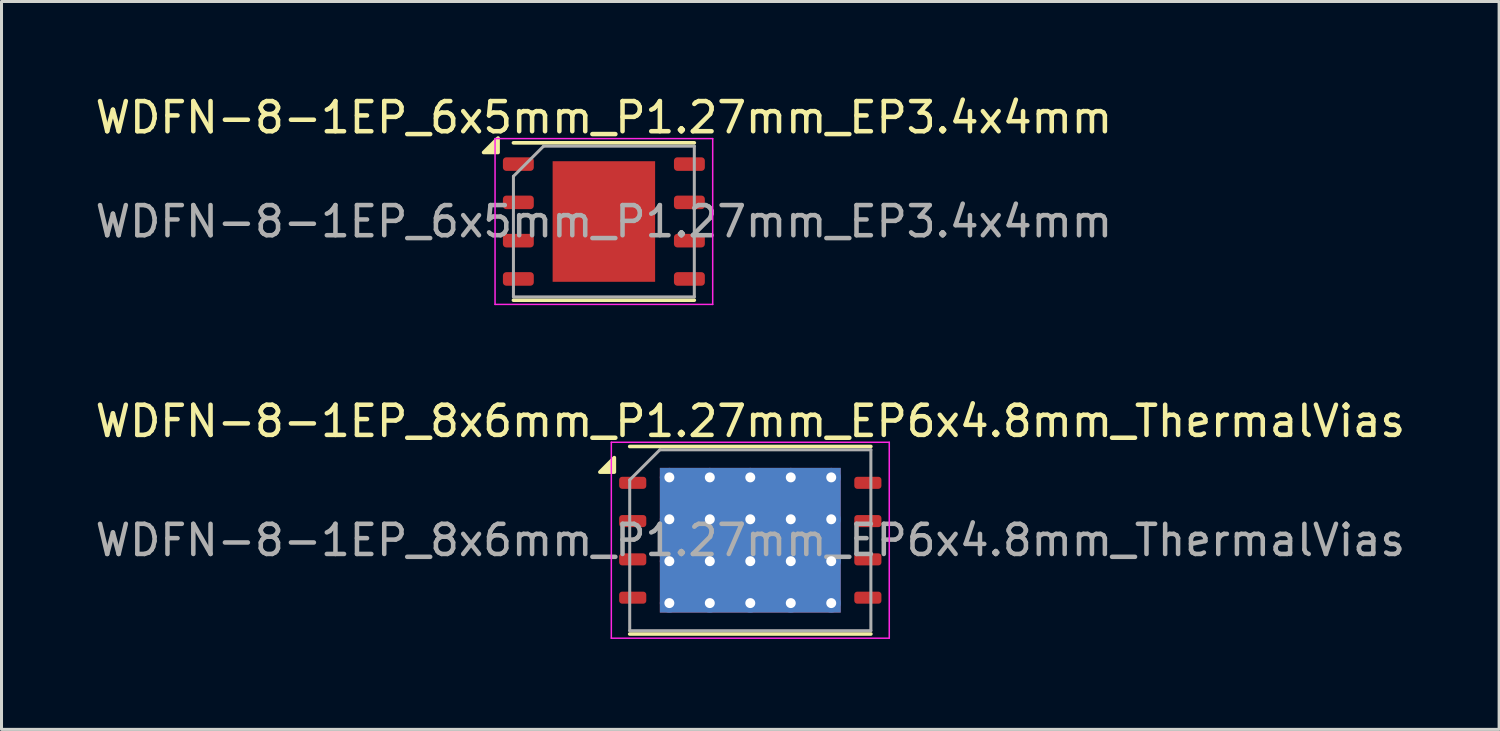
<source format=kicad_pcb>
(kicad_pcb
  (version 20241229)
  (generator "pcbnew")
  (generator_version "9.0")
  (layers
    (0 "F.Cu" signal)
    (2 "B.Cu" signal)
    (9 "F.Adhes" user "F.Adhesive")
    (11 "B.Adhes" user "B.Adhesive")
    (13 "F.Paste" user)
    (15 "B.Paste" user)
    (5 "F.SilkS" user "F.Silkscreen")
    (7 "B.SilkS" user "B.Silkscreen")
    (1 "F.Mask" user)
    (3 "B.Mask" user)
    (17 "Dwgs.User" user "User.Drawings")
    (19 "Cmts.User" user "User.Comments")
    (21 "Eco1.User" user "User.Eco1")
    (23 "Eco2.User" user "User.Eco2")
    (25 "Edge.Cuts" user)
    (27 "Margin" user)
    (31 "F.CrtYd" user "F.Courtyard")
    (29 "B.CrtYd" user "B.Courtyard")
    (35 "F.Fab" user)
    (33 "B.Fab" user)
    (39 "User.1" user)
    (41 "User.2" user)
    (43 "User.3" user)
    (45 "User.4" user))
  (footprint "WDFN-8-1EP_8x6mm_P1.27mm_EP6x4.8mm_ThermalVias"
    (layer "F.Cu")
    (at 21.839 14.871)
    (property "Reference" "WDFN-8-1EP_8x6mm_P1.27mm_EP6x4.8mm_ThermalVias" (at 0 -3.95 0) (layer "F.SilkS") (effects (font (size 1 1) (thickness 0.15))))
    (attr smd)
    (fp_line (start -4 -3.11) (end 4 -3.11) (stroke (width 0.12) (type solid)) (layer "F.SilkS"))
    (fp_line (start -4 3.11) (end 4 3.11) (stroke (width 0.12) (type solid)) (layer "F.SilkS"))
    (fp_poly (pts (xy -4.51 -2.26) (xy -4.99 -2.26) (xy -4.51 -2.74) (xy -4.51 -2.26)) (stroke (width 0.12) (type solid)) (fill yes) (layer "F.SilkS"))
    (fp_line (start -4.61 -3.25) (end -4.61 3.25) (stroke (width 0.05) (type solid)) (layer "F.CrtYd"))
    (fp_line (start -4.61 3.25) (end 4.61 3.25) (stroke (width 0.05) (type solid)) (layer "F.CrtYd"))
    (fp_line (start 4.61 -3.25) (end -4.61 -3.25) (stroke (width 0.05) (type solid)) (layer "F.CrtYd"))
    (fp_line (start 4.61 3.25) (end 4.61 -3.25) (stroke (width 0.05) (type solid)) (layer "F.CrtYd"))
    (fp_line (start -4 -2) (end -3 -3) (stroke (width 0.1) (type solid)) (layer "F.Fab"))
    (fp_line (start -4 3) (end -4 -2) (stroke (width 0.1) (type solid)) (layer "F.Fab"))
    (fp_line (start -3 -3) (end 4 -3) (stroke (width 0.1) (type solid)) (layer "F.Fab"))
    (fp_line (start 4 -3) (end 4 3) (stroke (width 0.1) (type solid)) (layer "F.Fab"))
    (fp_line (start 4 3) (end -4 3) (stroke (width 0.1) (type solid)) (layer "F.Fab"))
    (fp_text user "${REFERENCE}" (at 0 0 0) (layer "F.Fab") (effects (font (size 1 1) (thickness 0.15))))
    (pad "" smd custom (at -2.014 -1.39) (size 1.027 1.027) (layers "F.Paste") (options (anchor circle)) (primitives (gr_poly (pts (xy -0.422 -0.311) (xy -0.271 -0.462) (xy 0.271 -0.462) (xy 0.422 -0.311) (xy 0.422 0.311) (xy 0.271 0.462) (xy -0.271 0.462) (xy -0.422 0.311)) (width 0.365) (fill yes))))
    (pad "" smd custom (at -2.014 0) (size 1.027 1.027) (layers "F.Paste") (options (anchor circle)) (primitives (gr_poly (pts (xy -0.422 -0.311) (xy -0.271 -0.462) (xy 0.271 -0.462) (xy 0.422 -0.311) (xy 0.422 0.311) (xy 0.271 0.462) (xy -0.271 0.462) (xy -0.422 0.311)) (width 0.365) (fill yes))))
    (pad "" smd custom (at -2.014 1.39) (size 1.027 1.027) (layers "F.Paste") (options (anchor circle)) (primitives (gr_poly (pts (xy -0.422 -0.311) (xy -0.271 -0.462) (xy 0.271 -0.462) (xy 0.422 -0.311) (xy 0.422 0.311) (xy 0.271 0.462) (xy -0.271 0.462) (xy -0.422 0.311)) (width 0.365) (fill yes))))
    (pad "" smd custom (at -0.671 -1.39) (size 1.027 1.027) (layers "F.Paste") (options (anchor circle)) (primitives (gr_poly (pts (xy -0.422 -0.311) (xy -0.271 -0.462) (xy 0.271 -0.462) (xy 0.422 -0.311) (xy 0.422 0.311) (xy 0.271 0.462) (xy -0.271 0.462) (xy -0.422 0.311)) (width 0.365) (fill yes))))
    (pad "" smd custom (at -0.671 0) (size 1.027 1.027) (layers "F.Paste") (options (anchor circle)) (primitives (gr_poly (pts (xy -0.422 -0.311) (xy -0.271 -0.462) (xy 0.271 -0.462) (xy 0.422 -0.311) (xy 0.422 0.311) (xy 0.271 0.462) (xy -0.271 0.462) (xy -0.422 0.311)) (width 0.365) (fill yes))))
    (pad "" smd custom (at -0.671 1.39) (size 1.027 1.027) (layers "F.Paste") (options (anchor circle)) (primitives (gr_poly (pts (xy -0.422 -0.311) (xy -0.271 -0.462) (xy 0.271 -0.462) (xy 0.422 -0.311) (xy 0.422 0.311) (xy 0.271 0.462) (xy -0.271 0.462) (xy -0.422 0.311)) (width 0.365) (fill yes))))
    (pad "" smd custom (at 0.671 -1.39) (size 1.027 1.027) (layers "F.Paste") (options (anchor circle)) (primitives (gr_poly (pts (xy -0.422 -0.311) (xy -0.271 -0.462) (xy 0.271 -0.462) (xy 0.422 -0.311) (xy 0.422 0.311) (xy 0.271 0.462) (xy -0.271 0.462) (xy -0.422 0.311)) (width 0.365) (fill yes))))
    (pad "" smd custom (at 0.671 0) (size 1.027 1.027) (layers "F.Paste") (options (anchor circle)) (primitives (gr_poly (pts (xy -0.422 -0.311) (xy -0.271 -0.462) (xy 0.271 -0.462) (xy 0.422 -0.311) (xy 0.422 0.311) (xy 0.271 0.462) (xy -0.271 0.462) (xy -0.422 0.311)) (width 0.365) (fill yes))))
    (pad "" smd custom (at 0.671 1.39) (size 1.027 1.027) (layers "F.Paste") (options (anchor circle)) (primitives (gr_poly (pts (xy -0.422 -0.311) (xy -0.271 -0.462) (xy 0.271 -0.462) (xy 0.422 -0.311) (xy 0.422 0.311) (xy 0.271 0.462) (xy -0.271 0.462) (xy -0.422 0.311)) (width 0.365) (fill yes))))
    (pad "" smd custom (at 2.014 -1.39) (size 1.027 1.027) (layers "F.Paste") (options (anchor circle)) (primitives (gr_poly (pts (xy -0.422 -0.311) (xy -0.271 -0.462) (xy 0.271 -0.462) (xy 0.422 -0.311) (xy 0.422 0.311) (xy 0.271 0.462) (xy -0.271 0.462) (xy -0.422 0.311)) (width 0.365) (fill yes))))
    (pad "" smd custom (at 2.014 0) (size 1.027 1.027) (layers "F.Paste") (options (anchor circle)) (primitives (gr_poly (pts (xy -0.422 -0.311) (xy -0.271 -0.462) (xy 0.271 -0.462) (xy 0.422 -0.311) (xy 0.422 0.311) (xy 0.271 0.462) (xy -0.271 0.462) (xy -0.422 0.311)) (width 0.365) (fill yes))))
    (pad "" smd custom (at 2.014 1.39) (size 1.027 1.027) (layers "F.Paste") (options (anchor circle)) (primitives (gr_poly (pts (xy -0.422 -0.311) (xy -0.271 -0.462) (xy 0.271 -0.462) (xy 0.422 -0.311) (xy 0.422 0.311) (xy 0.271 0.462) (xy -0.271 0.462) (xy -0.422 0.311)) (width 0.365) (fill yes))))
    (pad "1" smd roundrect (at -3.9 -1.905) (size 0.9 0.4) (layers "F.Cu" "F.Mask" "F.Paste") (roundrect_rratio 0.25))
    (pad "2" smd roundrect (at -3.9 -0.635) (size 0.9 0.4) (layers "F.Cu" "F.Mask" "F.Paste") (roundrect_rratio 0.25))
    (pad "3" smd roundrect (at -3.9 0.635) (size 0.9 0.4) (layers "F.Cu" "F.Mask" "F.Paste") (roundrect_rratio 0.25))
    (pad "4" smd roundrect (at -3.9 1.905) (size 0.9 0.4) (layers "F.Cu" "F.Mask" "F.Paste") (roundrect_rratio 0.25))
    (pad "5" smd roundrect (at 3.9 1.905) (size 0.9 0.4) (layers "F.Cu" "F.Mask" "F.Paste") (roundrect_rratio 0.25))
    (pad "6" smd roundrect (at 3.9 0.635) (size 0.9 0.4) (layers "F.Cu" "F.Mask" "F.Paste") (roundrect_rratio 0.25))
    (pad "7" smd roundrect (at 3.9 -0.635) (size 0.9 0.4) (layers "F.Cu" "F.Mask" "F.Paste") (roundrect_rratio 0.25))
    (pad "8" smd roundrect (at 3.9 -1.905) (size 0.9 0.4) (layers "F.Cu" "F.Mask" "F.Paste") (roundrect_rratio 0.25))
    (pad "9" thru_hole circle (at -2.685 -2.085) (size 0.63 0.63) (drill 0.33) (property pad_prop_heatsink) (layers "*.Cu"))
    (pad "9" thru_hole circle (at -2.685 -0.695) (size 0.63 0.63) (drill 0.33) (property pad_prop_heatsink) (layers "*.Cu"))
    (pad "9" thru_hole circle (at -2.685 0.695) (size 0.63 0.63) (drill 0.33) (property pad_prop_heatsink) (layers "*.Cu"))
    (pad "9" thru_hole circle (at -2.685 2.085) (size 0.63 0.63) (drill 0.33) (property pad_prop_heatsink) (layers "*.Cu"))
    (pad "9" thru_hole circle (at -1.343 -2.085) (size 0.63 0.63) (drill 0.33) (property pad_prop_heatsink) (layers "*.Cu"))
    (pad "9" thru_hole circle (at -1.343 -0.695) (size 0.63 0.63) (drill 0.33) (property pad_prop_heatsink) (layers "*.Cu"))
    (pad "9" thru_hole circle (at -1.343 0.695) (size 0.63 0.63) (drill 0.33) (property pad_prop_heatsink) (layers "*.Cu"))
    (pad "9" thru_hole circle (at -1.343 2.085) (size 0.63 0.63) (drill 0.33) (property pad_prop_heatsink) (layers "*.Cu"))
    (pad "9" thru_hole circle (at 0 -2.085) (size 0.63 0.63) (drill 0.33) (property pad_prop_heatsink) (layers "*.Cu"))
    (pad "9" thru_hole circle (at 0 -0.695) (size 0.63 0.63) (drill 0.33) (property pad_prop_heatsink) (layers "*.Cu"))
    (pad "9" smd rect (at 0 0) (size 6 4.8) (property pad_prop_heatsink) (layers "F.Cu" "F.Mask"))
    (pad "9" smd rect (at 0 0) (size 6 4.8) (property pad_prop_heatsink) (layers "B.Cu"))
    (pad "9" thru_hole circle (at 0 0.695) (size 0.63 0.63) (drill 0.33) (property pad_prop_heatsink) (layers "*.Cu"))
    (pad "9" thru_hole circle (at 0 2.085) (size 0.63 0.63) (drill 0.33) (property pad_prop_heatsink) (layers "*.Cu"))
    (pad "9" thru_hole circle (at 1.343 -2.085) (size 0.63 0.63) (drill 0.33) (property pad_prop_heatsink) (layers "*.Cu"))
    (pad "9" thru_hole circle (at 1.343 -0.695) (size 0.63 0.63) (drill 0.33) (property pad_prop_heatsink) (layers "*.Cu"))
    (pad "9" thru_hole circle (at 1.343 0.695) (size 0.63 0.63) (drill 0.33) (property pad_prop_heatsink) (layers "*.Cu"))
    (pad "9" thru_hole circle (at 1.343 2.085) (size 0.63 0.63) (drill 0.33) (property pad_prop_heatsink) (layers "*.Cu"))
    (pad "9" thru_hole circle (at 2.685 -2.085) (size 0.63 0.63) (drill 0.33) (property pad_prop_heatsink) (layers "*.Cu"))
    (pad "9" thru_hole circle (at 2.685 -0.695) (size 0.63 0.63) (drill 0.33) (property pad_prop_heatsink) (layers "*.Cu"))
    (pad "9" thru_hole circle (at 2.685 0.695) (size 0.63 0.63) (drill 0.33) (property pad_prop_heatsink) (layers "*.Cu"))
    (pad "9" thru_hole circle (at 2.685 2.085) (size 0.63 0.63) (drill 0.33) (property pad_prop_heatsink) (layers "*.Cu")))
  (footprint "WDFN-8-1EP_6x5mm_P1.27mm_EP3.4x4mm"
    (layer "F.Cu")
    (at 16.982 4.298)
    (property "Reference" "WDFN-8-1EP_6x5mm_P1.27mm_EP3.4x4mm" (at 0 -3.45 0) (layer "F.SilkS") (effects (font (size 1 1) (thickness 0.15))))
    (attr smd)
    (fp_line (start -3 -2.61) (end 3 -2.61) (stroke (width 0.12) (type solid)) (layer "F.SilkS"))
    (fp_line (start -3 2.61) (end 3 2.61) (stroke (width 0.12) (type solid)) (layer "F.SilkS"))
    (fp_poly (pts (xy -3.51 -2.29) (xy -3.99 -2.29) (xy -3.51 -2.77) (xy -3.51 -2.29)) (stroke (width 0.12) (type solid)) (fill yes) (layer "F.SilkS"))
    (fp_line (start -3.61 -2.75) (end -3.61 2.75) (stroke (width 0.05) (type solid)) (layer "F.CrtYd"))
    (fp_line (start -3.61 2.75) (end 3.61 2.75) (stroke (width 0.05) (type solid)) (layer "F.CrtYd"))
    (fp_line (start 3.61 -2.75) (end -3.61 -2.75) (stroke (width 0.05) (type solid)) (layer "F.CrtYd"))
    (fp_line (start 3.61 2.75) (end 3.61 -2.75) (stroke (width 0.05) (type solid)) (layer "F.CrtYd"))
    (fp_line (start -3 -1.5) (end -2 -2.5) (stroke (width 0.1) (type solid)) (layer "F.Fab"))
    (fp_line (start -3 2.5) (end -3 -1.5) (stroke (width 0.1) (type solid)) (layer "F.Fab"))
    (fp_line (start -2 -2.5) (end 3 -2.5) (stroke (width 0.1) (type solid)) (layer "F.Fab"))
    (fp_line (start 3 -2.5) (end 3 2.5) (stroke (width 0.1) (type solid)) (layer "F.Fab"))
    (fp_line (start 3 2.5) (end -3 2.5) (stroke (width 0.1) (type solid)) (layer "F.Fab"))
    (fp_text user "${REFERENCE}" (at 0 0 0) (layer "F.Fab") (effects (font (size 1 1) (thickness 0.15))))
    (pad "" smd roundrect (at -0.85 -1) (size 1.37 1.61) (layers "F.Paste") (roundrect_rratio 0.182))
    (pad "" smd roundrect (at -0.85 1) (size 1.37 1.61) (layers "F.Paste") (roundrect_rratio 0.182))
    (pad "" smd roundrect (at 0.85 -1) (size 1.37 1.61) (layers "F.Paste") (roundrect_rratio 0.182))
    (pad "" smd roundrect (at 0.85 1) (size 1.37 1.61) (layers "F.Paste") (roundrect_rratio 0.182))
    (pad "1" smd roundrect (at -2.837 -1.905) (size 1.025 0.45) (layers "F.Cu" "F.Mask" "F.Paste") (roundrect_rratio 0.25))
    (pad "2" smd roundrect (at -2.837 -0.635) (size 1.025 0.45) (layers "F.Cu" "F.Mask" "F.Paste") (roundrect_rratio 0.25))
    (pad "3" smd roundrect (at -2.837 0.635) (size 1.025 0.45) (layers "F.Cu" "F.Mask" "F.Paste") (roundrect_rratio 0.25))
    (pad "4" smd roundrect (at -2.837 1.905) (size 1.025 0.45) (layers "F.Cu" "F.Mask" "F.Paste") (roundrect_rratio 0.25))
    (pad "5" smd roundrect (at 2.837 1.905) (size 1.025 0.45) (layers "F.Cu" "F.Mask" "F.Paste") (roundrect_rratio 0.25))
    (pad "6" smd roundrect (at 2.837 0.635) (size 1.025 0.45) (layers "F.Cu" "F.Mask" "F.Paste") (roundrect_rratio 0.25))
    (pad "7" smd roundrect (at 2.837 -0.635) (size 1.025 0.45) (layers "F.Cu" "F.Mask" "F.Paste") (roundrect_rratio 0.25))
    (pad "8" smd roundrect (at 2.837 -1.905) (size 1.025 0.45) (layers "F.Cu" "F.Mask" "F.Paste") (roundrect_rratio 0.25))
    (pad "9" smd rect (at 0 0) (size 3.4 4) (property pad_prop_heatsink) (layers "F.Cu" "F.Mask")))
  (gr_rect
    (start -3 -3)
    (end 46.679 21.146)
    (stroke (width 0.1) (type default))
    (fill no)
    (layer "Edge.Cuts")))
</source>
